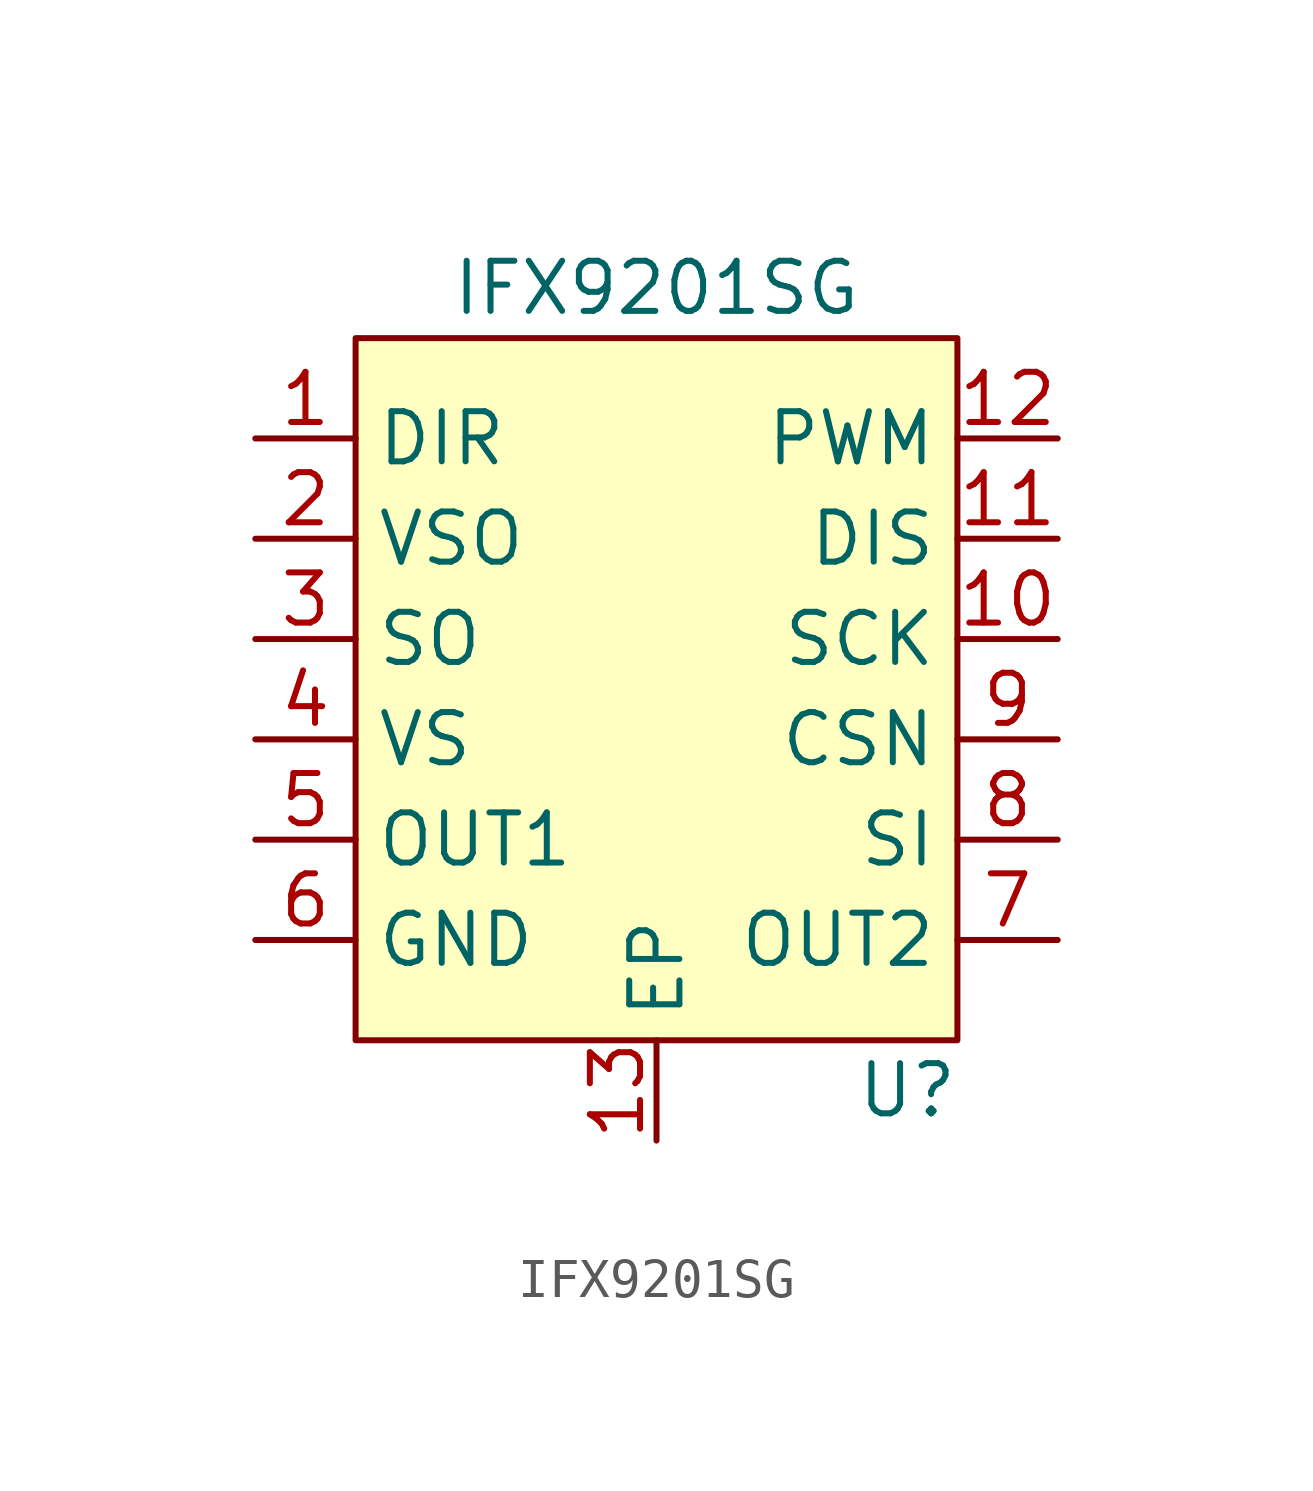
<source format=kicad_sym>
(kicad_symbol_lib
  (version 20211014)
  (generator kicad_symbol_editor)
  (symbol "IFX9201SG"
    (property "Reference" "U"
      (at 6.35 -10.16 0)
      (effects (font (size 1.27 1.27))))
    (property "Value" "IFX9201SG"
      (at 0 10.16 0)
      (effects (font (size 1.27 1.27))))
    (symbol "IFX9201SG_0_1"
      (rectangle (start -7.62 8.89) (end 7.62 -8.89) (stroke (width 0.152) (type default) (color 0 0 0 0)) (fill (type background))))
    (symbol "IFX9201SG_1_1"
      (pin input line (at -10.16 6.35 0) (length 2.54) (name "DIR" (effects (font (size 1.27 1.27)))) (number "1" (effects (font (size 1.27 1.27)))))
      (pin input line (at 10.16 1.27 180) (length 2.54) (name "SCK" (effects (font (size 1.27 1.27)))) (number "10" (effects (font (size 1.27 1.27)))))
      (pin input line (at 10.16 3.81 180) (length 2.54) (name "DIS" (effects (font (size 1.27 1.27)))) (number "11" (effects (font (size 1.27 1.27)))))
      (pin input line (at 10.16 6.35 180) (length 2.54) (name "PWM" (effects (font (size 1.27 1.27)))) (number "12" (effects (font (size 1.27 1.27)))))
      (pin input line (at 0 -11.43 90) (length 2.54) (name "EP" (effects (font (size 1.27 1.27)))) (number "13" (effects (font (size 1.27 1.27)))))
      (pin input line (at -10.16 3.81 0) (length 2.54) (name "VSO" (effects (font (size 1.27 1.27)))) (number "2" (effects (font (size 1.27 1.27)))))
      (pin input line (at -10.16 1.27 0) (length 2.54) (name "SO" (effects (font (size 1.27 1.27)))) (number "3" (effects (font (size 1.27 1.27)))))
      (pin input line (at -10.16 -1.27 0) (length 2.54) (name "VS" (effects (font (size 1.27 1.27)))) (number "4" (effects (font (size 1.27 1.27)))))
      (pin bidirectional line (at -10.16 -3.81 0) (length 2.54) (name "OUT1" (effects (font (size 1.27 1.27)))) (number "5" (effects (font (size 1.27 1.27)))))
      (pin input line (at -10.16 -6.35 0) (length 2.54) (name "GND" (effects (font (size 1.27 1.27)))) (number "6" (effects (font (size 1.27 1.27)))))
      (pin bidirectional line (at 10.16 -6.35 180) (length 2.54) (name "OUT2" (effects (font (size 1.27 1.27)))) (number "7" (effects (font (size 1.27 1.27)))))
      (pin input line (at 10.16 -3.81 180) (length 2.54) (name "SI" (effects (font (size 1.27 1.27)))) (number "8" (effects (font (size 1.27 1.27)))))
      (pin input line (at 10.16 -1.27 180) (length 2.54) (name "CSN" (effects (font (size 1.27 1.27)))) (number "9" (effects (font (size 1.27 1.27))))))))
</source>
